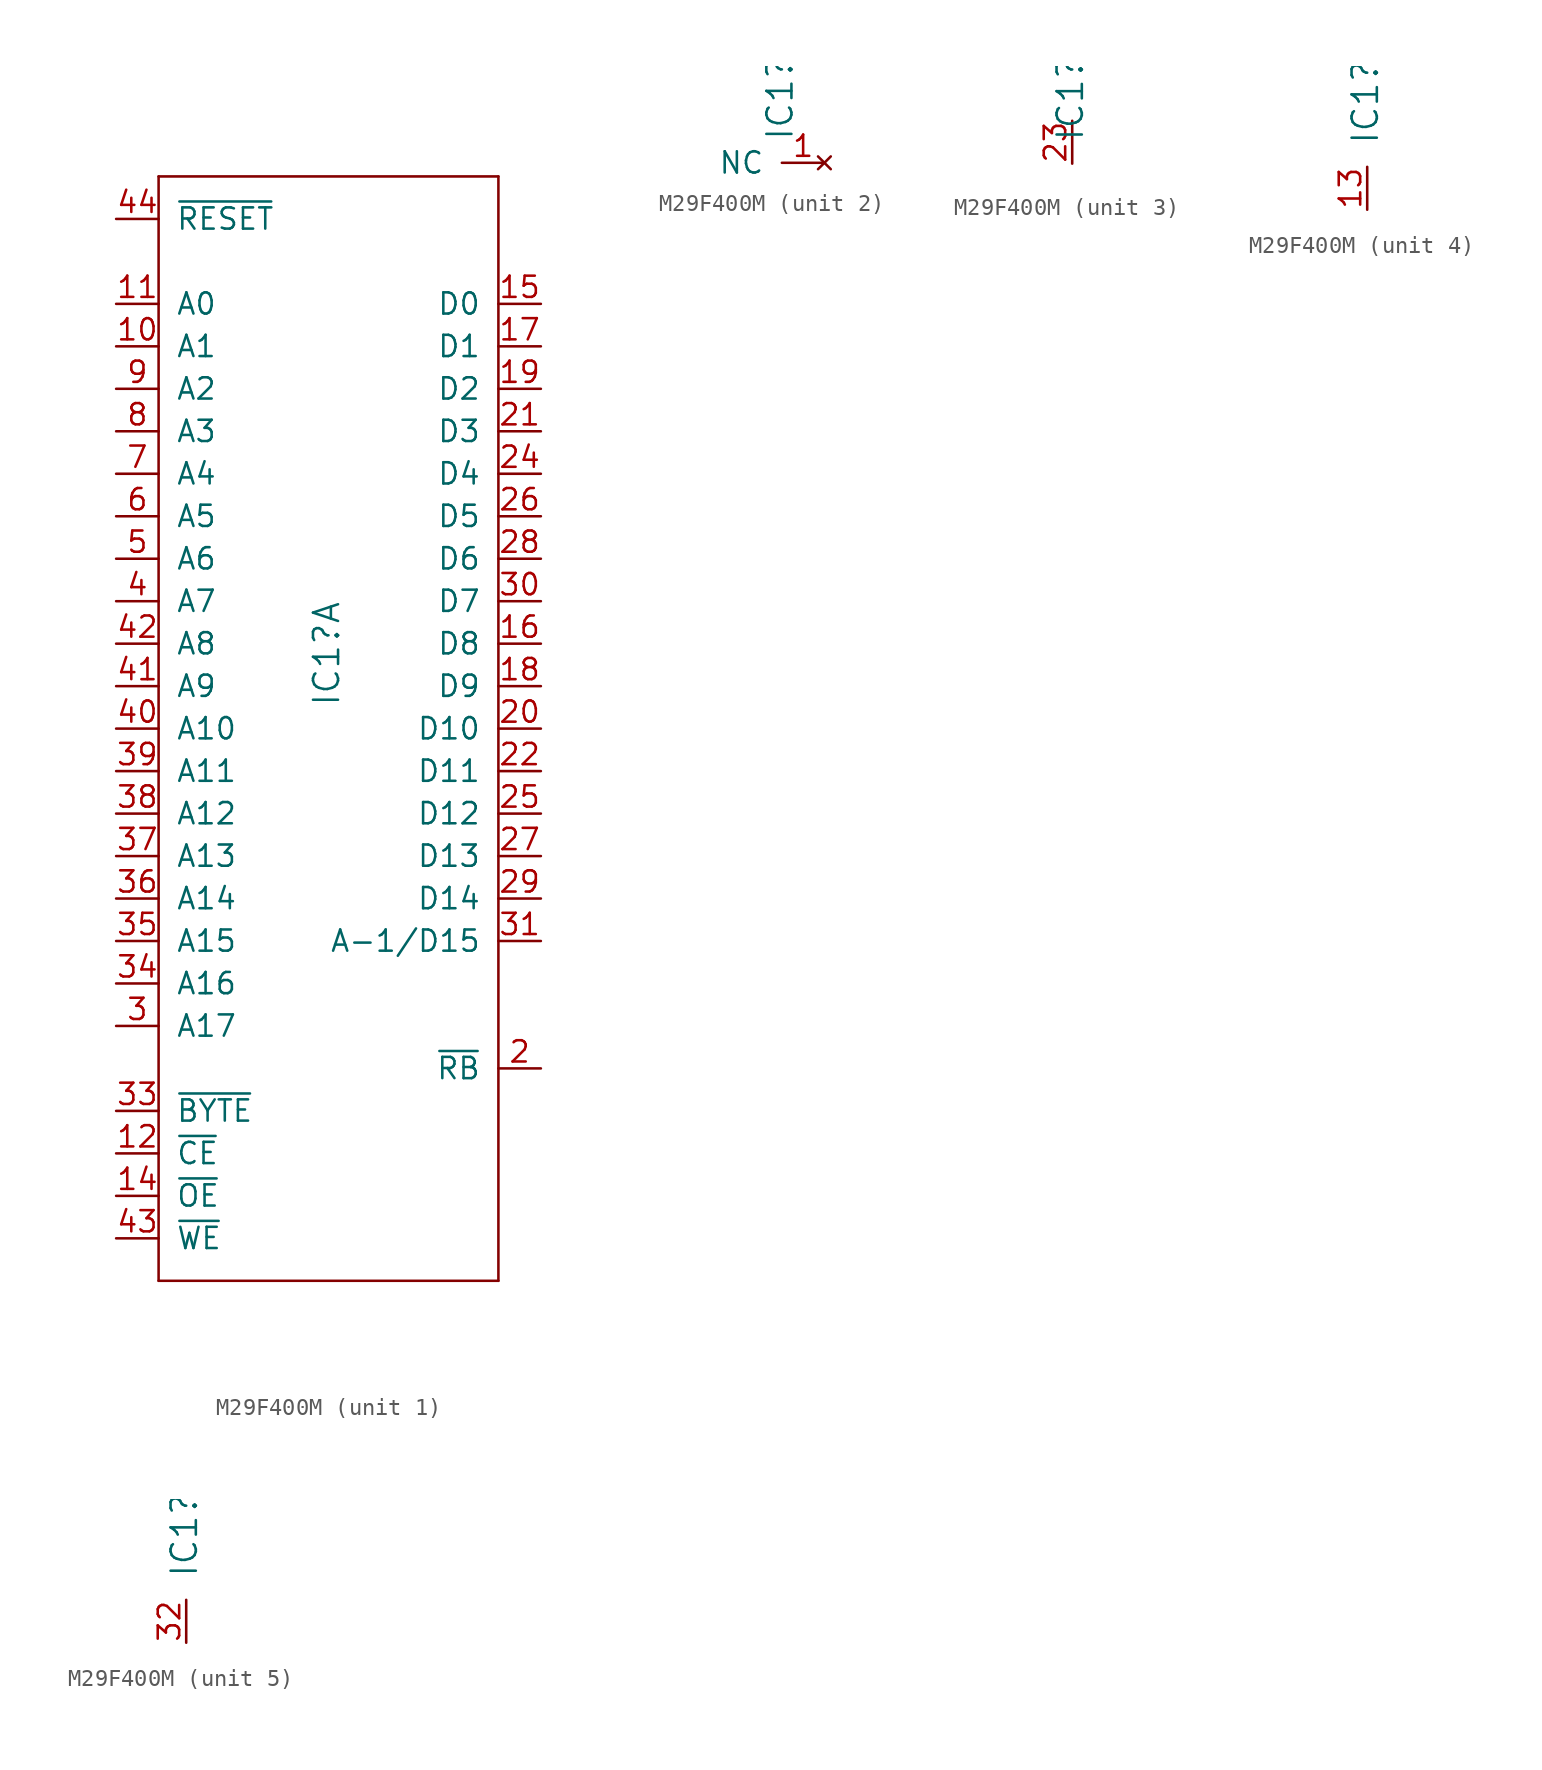
<source format=kicad_sym>
(kicad_symbol_lib
  (version 20231120)
  (generator "kicad_symbol_editor")
  (generator_version "8.0")
  (symbol "M29F400M"
    (pin_names
      (offset 1.016))
    (property "Reference" "IC1"
      (at 0.762 1.27 90)
      (effects (font (size 1.499 1.499)) (justify left bottom)))
    (property "ki_locked" ""
      (at 0 0 0)
      (effects (font (size 1.27 1.27))))
    (symbol "M29F400M_1_0"
      (polyline (pts (xy -10.16 -33.02) (xy 10.16 -33.02)) (stroke (width 0) (type solid)) (fill (type none)))
      (polyline (pts (xy -10.16 33.02) (xy -10.16 -33.02)) (stroke (width 0) (type solid)) (fill (type none)))
      (polyline (pts (xy 10.16 -33.02) (xy 10.16 33.02)) (stroke (width 0) (type solid)) (fill (type none)))
      (polyline (pts (xy 10.16 33.02) (xy -10.16 33.02)) (stroke (width 0) (type solid)) (fill (type none)))
      (pin input line (at -12.7 22.86 0) (length 2.54) (name "A1" (effects (font (size 1.27 1.27)))) (number "10" (effects (font (size 1.27 1.27)))))
      (pin input line (at -12.7 25.4 0) (length 2.54) (name "A0" (effects (font (size 1.27 1.27)))) (number "11" (effects (font (size 1.27 1.27)))))
      (pin input line (at -12.7 -25.4 0) (length 2.54) (name "~{CE}" (effects (font (size 1.27 1.27)))) (number "12" (effects (font (size 1.27 1.27)))))
      (pin input line (at -12.7 -27.94 0) (length 2.54) (name "~{OE}" (effects (font (size 1.27 1.27)))) (number "14" (effects (font (size 1.27 1.27)))))
      (pin tri_state line (at 12.7 25.4 180) (length 2.54) (name "D0" (effects (font (size 1.27 1.27)))) (number "15" (effects (font (size 1.27 1.27)))))
      (pin tri_state line (at 12.7 5.08 180) (length 2.54) (name "D8" (effects (font (size 1.27 1.27)))) (number "16" (effects (font (size 1.27 1.27)))))
      (pin tri_state line (at 12.7 22.86 180) (length 2.54) (name "D1" (effects (font (size 1.27 1.27)))) (number "17" (effects (font (size 1.27 1.27)))))
      (pin tri_state line (at 12.7 2.54 180) (length 2.54) (name "D9" (effects (font (size 1.27 1.27)))) (number "18" (effects (font (size 1.27 1.27)))))
      (pin tri_state line (at 12.7 20.32 180) (length 2.54) (name "D2" (effects (font (size 1.27 1.27)))) (number "19" (effects (font (size 1.27 1.27)))))
      (pin output line (at 12.7 -20.32 180) (length 2.54) (name "~{RB}" (effects (font (size 1.27 1.27)))) (number "2" (effects (font (size 1.27 1.27)))))
      (pin tri_state line (at 12.7 0 180) (length 2.54) (name "D10" (effects (font (size 1.27 1.27)))) (number "20" (effects (font (size 1.27 1.27)))))
      (pin tri_state line (at 12.7 17.78 180) (length 2.54) (name "D3" (effects (font (size 1.27 1.27)))) (number "21" (effects (font (size 1.27 1.27)))))
      (pin tri_state line (at 12.7 -2.54 180) (length 2.54) (name "D11" (effects (font (size 1.27 1.27)))) (number "22" (effects (font (size 1.27 1.27)))))
      (pin tri_state line (at 12.7 15.24 180) (length 2.54) (name "D4" (effects (font (size 1.27 1.27)))) (number "24" (effects (font (size 1.27 1.27)))))
      (pin tri_state line (at 12.7 -5.08 180) (length 2.54) (name "D12" (effects (font (size 1.27 1.27)))) (number "25" (effects (font (size 1.27 1.27)))))
      (pin tri_state line (at 12.7 12.7 180) (length 2.54) (name "D5" (effects (font (size 1.27 1.27)))) (number "26" (effects (font (size 1.27 1.27)))))
      (pin tri_state line (at 12.7 -7.62 180) (length 2.54) (name "D13" (effects (font (size 1.27 1.27)))) (number "27" (effects (font (size 1.27 1.27)))))
      (pin tri_state line (at 12.7 10.16 180) (length 2.54) (name "D6" (effects (font (size 1.27 1.27)))) (number "28" (effects (font (size 1.27 1.27)))))
      (pin tri_state line (at 12.7 -10.16 180) (length 2.54) (name "D14" (effects (font (size 1.27 1.27)))) (number "29" (effects (font (size 1.27 1.27)))))
      (pin input line (at -12.7 -17.78 0) (length 2.54) (name "A17" (effects (font (size 1.27 1.27)))) (number "3" (effects (font (size 1.27 1.27)))))
      (pin tri_state line (at 12.7 7.62 180) (length 2.54) (name "D7" (effects (font (size 1.27 1.27)))) (number "30" (effects (font (size 1.27 1.27)))))
      (pin tri_state line (at 12.7 -12.7 180) (length 2.54) (name "A-1/D15" (effects (font (size 1.27 1.27)))) (number "31" (effects (font (size 1.27 1.27)))))
      (pin input line (at -12.7 -22.86 0) (length 2.54) (name "~{BYTE}" (effects (font (size 1.27 1.27)))) (number "33" (effects (font (size 1.27 1.27)))))
      (pin input line (at -12.7 -15.24 0) (length 2.54) (name "A16" (effects (font (size 1.27 1.27)))) (number "34" (effects (font (size 1.27 1.27)))))
      (pin input line (at -12.7 -12.7 0) (length 2.54) (name "A15" (effects (font (size 1.27 1.27)))) (number "35" (effects (font (size 1.27 1.27)))))
      (pin input line (at -12.7 -10.16 0) (length 2.54) (name "A14" (effects (font (size 1.27 1.27)))) (number "36" (effects (font (size 1.27 1.27)))))
      (pin input line (at -12.7 -7.62 0) (length 2.54) (name "A13" (effects (font (size 1.27 1.27)))) (number "37" (effects (font (size 1.27 1.27)))))
      (pin input line (at -12.7 -5.08 0) (length 2.54) (name "A12" (effects (font (size 1.27 1.27)))) (number "38" (effects (font (size 1.27 1.27)))))
      (pin input line (at -12.7 -2.54 0) (length 2.54) (name "A11" (effects (font (size 1.27 1.27)))) (number "39" (effects (font (size 1.27 1.27)))))
      (pin input line (at -12.7 7.62 0) (length 2.54) (name "A7" (effects (font (size 1.27 1.27)))) (number "4" (effects (font (size 1.27 1.27)))))
      (pin input line (at -12.7 0 0) (length 2.54) (name "A10" (effects (font (size 1.27 1.27)))) (number "40" (effects (font (size 1.27 1.27)))))
      (pin input line (at -12.7 2.54 0) (length 2.54) (name "A9" (effects (font (size 1.27 1.27)))) (number "41" (effects (font (size 1.27 1.27)))))
      (pin input line (at -12.7 5.08 0) (length 2.54) (name "A8" (effects (font (size 1.27 1.27)))) (number "42" (effects (font (size 1.27 1.27)))))
      (pin input line (at -12.7 -30.48 0) (length 2.54) (name "~{WE}" (effects (font (size 1.27 1.27)))) (number "43" (effects (font (size 1.27 1.27)))))
      (pin input line (at -12.7 30.48 0) (length 2.54) (name "~{RESET}" (effects (font (size 1.27 1.27)))) (number "44" (effects (font (size 1.27 1.27)))))
      (pin input line (at -12.7 10.16 0) (length 2.54) (name "A6" (effects (font (size 1.27 1.27)))) (number "5" (effects (font (size 1.27 1.27)))))
      (pin input line (at -12.7 12.7 0) (length 2.54) (name "A5" (effects (font (size 1.27 1.27)))) (number "6" (effects (font (size 1.27 1.27)))))
      (pin input line (at -12.7 15.24 0) (length 2.54) (name "A4" (effects (font (size 1.27 1.27)))) (number "7" (effects (font (size 1.27 1.27)))))
      (pin input line (at -12.7 17.78 0) (length 2.54) (name "A3" (effects (font (size 1.27 1.27)))) (number "8" (effects (font (size 1.27 1.27)))))
      (pin input line (at -12.7 20.32 0) (length 2.54) (name "A2" (effects (font (size 1.27 1.27)))) (number "9" (effects (font (size 1.27 1.27))))))
    (symbol "M29F400M_2_0"
      (pin no_connect line (at 2.54 0 180) (length 2.54) (name "NC" (effects (font (size 1.27 1.27)))) (number "1" (effects (font (size 1.27 1.27))))))
    (symbol "M29F400M_3_0"
      (pin power_in line (at 0 2.54 270) (length 2.54) (name "VCC" (effects (font (size 0 0)))) (number "23" (effects (font (size 1.27 1.27))))))
    (symbol "M29F400M_4_0"
      (pin power_in line (at 0 -2.54 90) (length 2.54) (name "GND" (effects (font (size 0 0)))) (number "13" (effects (font (size 1.27 1.27))))))
    (symbol "M29F400M_5_0"
      (pin power_in line (at 0 -2.54 90) (length 2.54) (name "GND" (effects (font (size 0 0)))) (number "32" (effects (font (size 1.27 1.27))))))))
</source>
